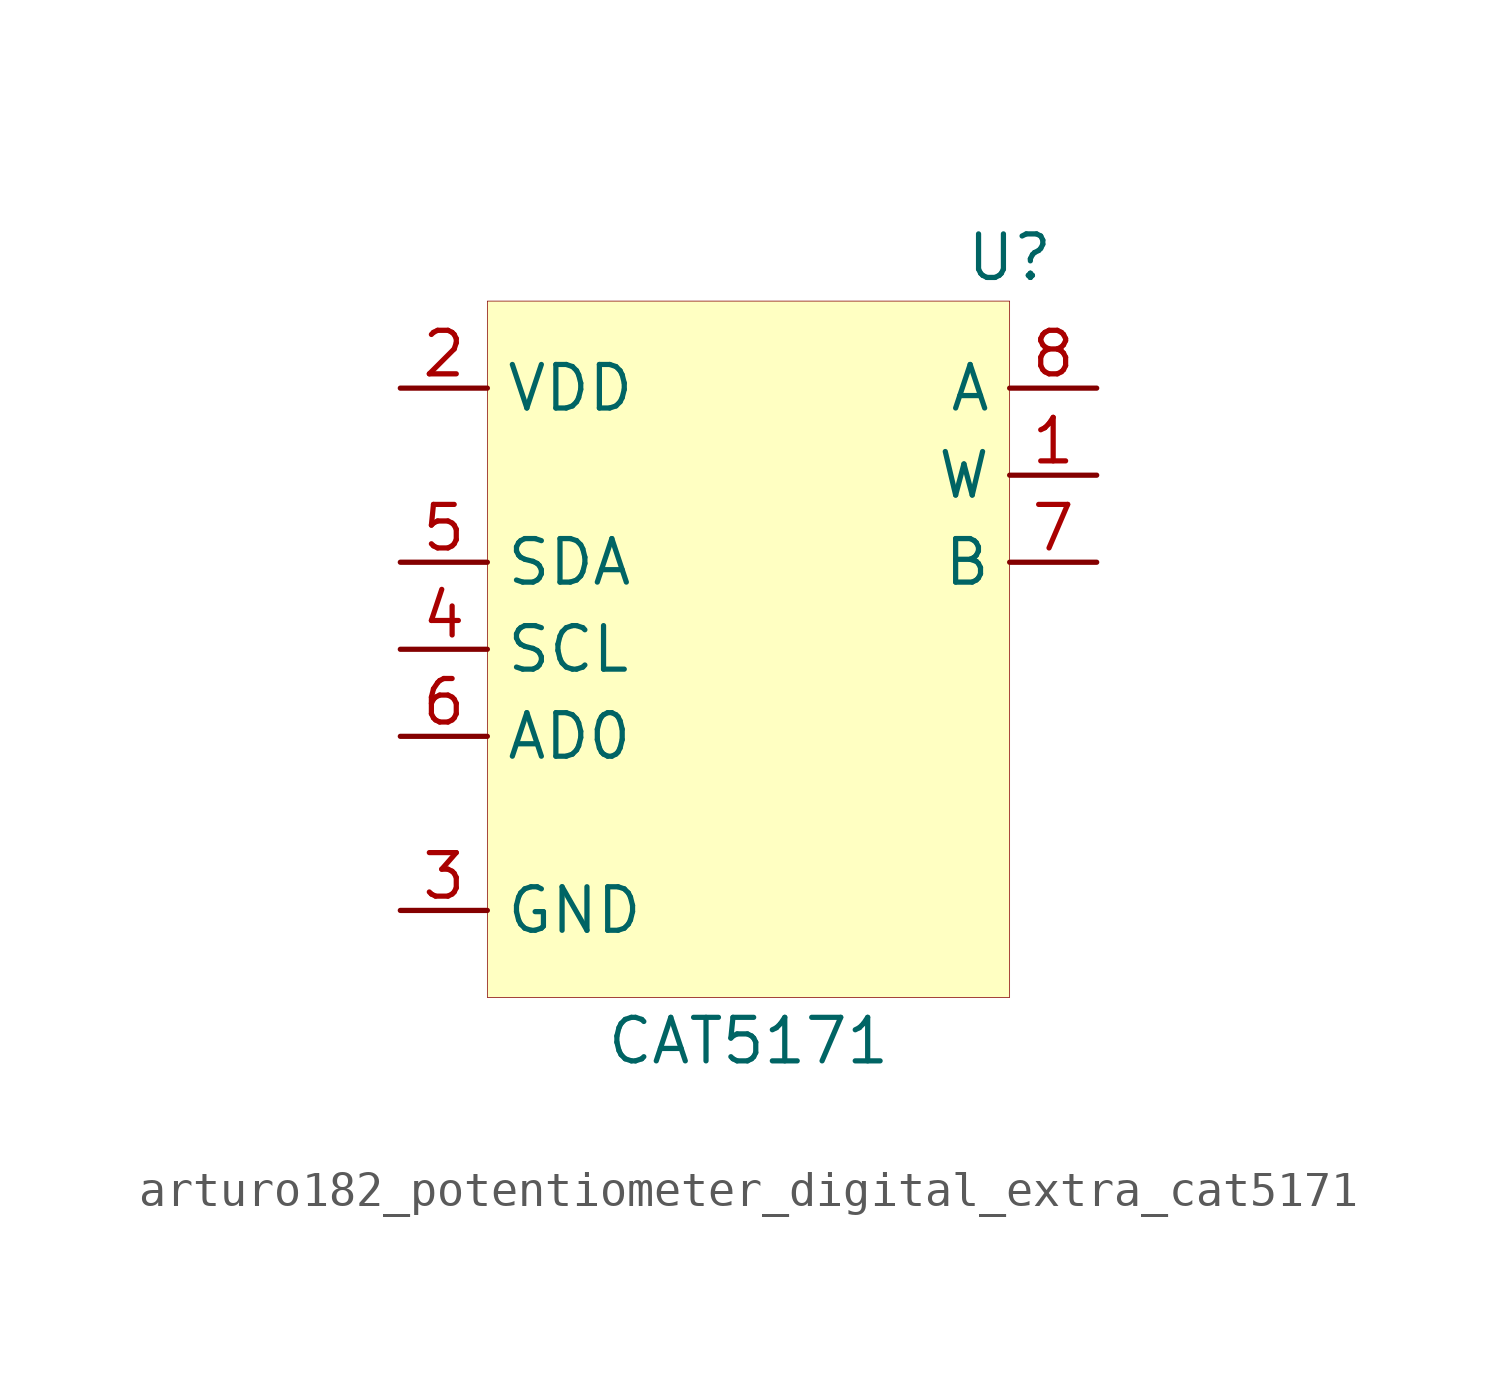
<source format=kicad_sym>
(kicad_symbol_lib
  (version 20220914)
  (generator kicad_symbol_editor)
  (symbol "Potentiometer_Digital_Extra:arturo182_potentiometer_digital_extra_cat5171"
    (property "Reference" "U"
      (at 7.62 11.43 0)
      (effects (font (size 1.27 1.27))))
    (property "Value" "CAT5171"
      (at 0 -11.43 0)
      (effects (font (size 1.27 1.27))))
    (symbol "arturo182_potentiometer_digital_extra_cat5171_0_1"
      (rectangle (start -7.62 10.16) (end 7.62 -10.16) (stroke (width 0.001)) (fill (type background))))
    (symbol "arturo182_potentiometer_digital_extra_cat5171_0_0"
      (pin passive line (at 10.16 5.08 180) (length 2.54) (name "W" (effects (font (size 1.27 1.27)))) (number "1" (effects (font (size 1.27 1.27)))))
      (pin power_in line (at -10.16 7.62 0) (length 2.54) (name "VDD" (effects (font (size 1.27 1.27)))) (number "2" (effects (font (size 1.27 1.27)))))
      (pin power_in line (at -10.16 -7.62 0) (length 2.54) (name "GND" (effects (font (size 1.27 1.27)))) (number "3" (effects (font (size 1.27 1.27)))))
      (pin input line (at -10.16 0 0) (length 2.54) (name "SCL" (effects (font (size 1.27 1.27)))) (number "4" (effects (font (size 1.27 1.27)))))
      (pin bidirectional line (at -10.16 2.54 0) (length 2.54) (name "SDA" (effects (font (size 1.27 1.27)))) (number "5" (effects (font (size 1.27 1.27)))))
      (pin input line (at -10.16 -2.54 0) (length 2.54) (name "AD0" (effects (font (size 1.27 1.27)))) (number "6" (effects (font (size 1.27 1.27)))))
      (pin passive line (at 10.16 2.54 180) (length 2.54) (name "B" (effects (font (size 1.27 1.27)))) (number "7" (effects (font (size 1.27 1.27)))))
      (pin passive line (at 10.16 7.62 180) (length 2.54) (name "A" (effects (font (size 1.27 1.27)))) (number "8" (effects (font (size 1.27 1.27))))))))
</source>
